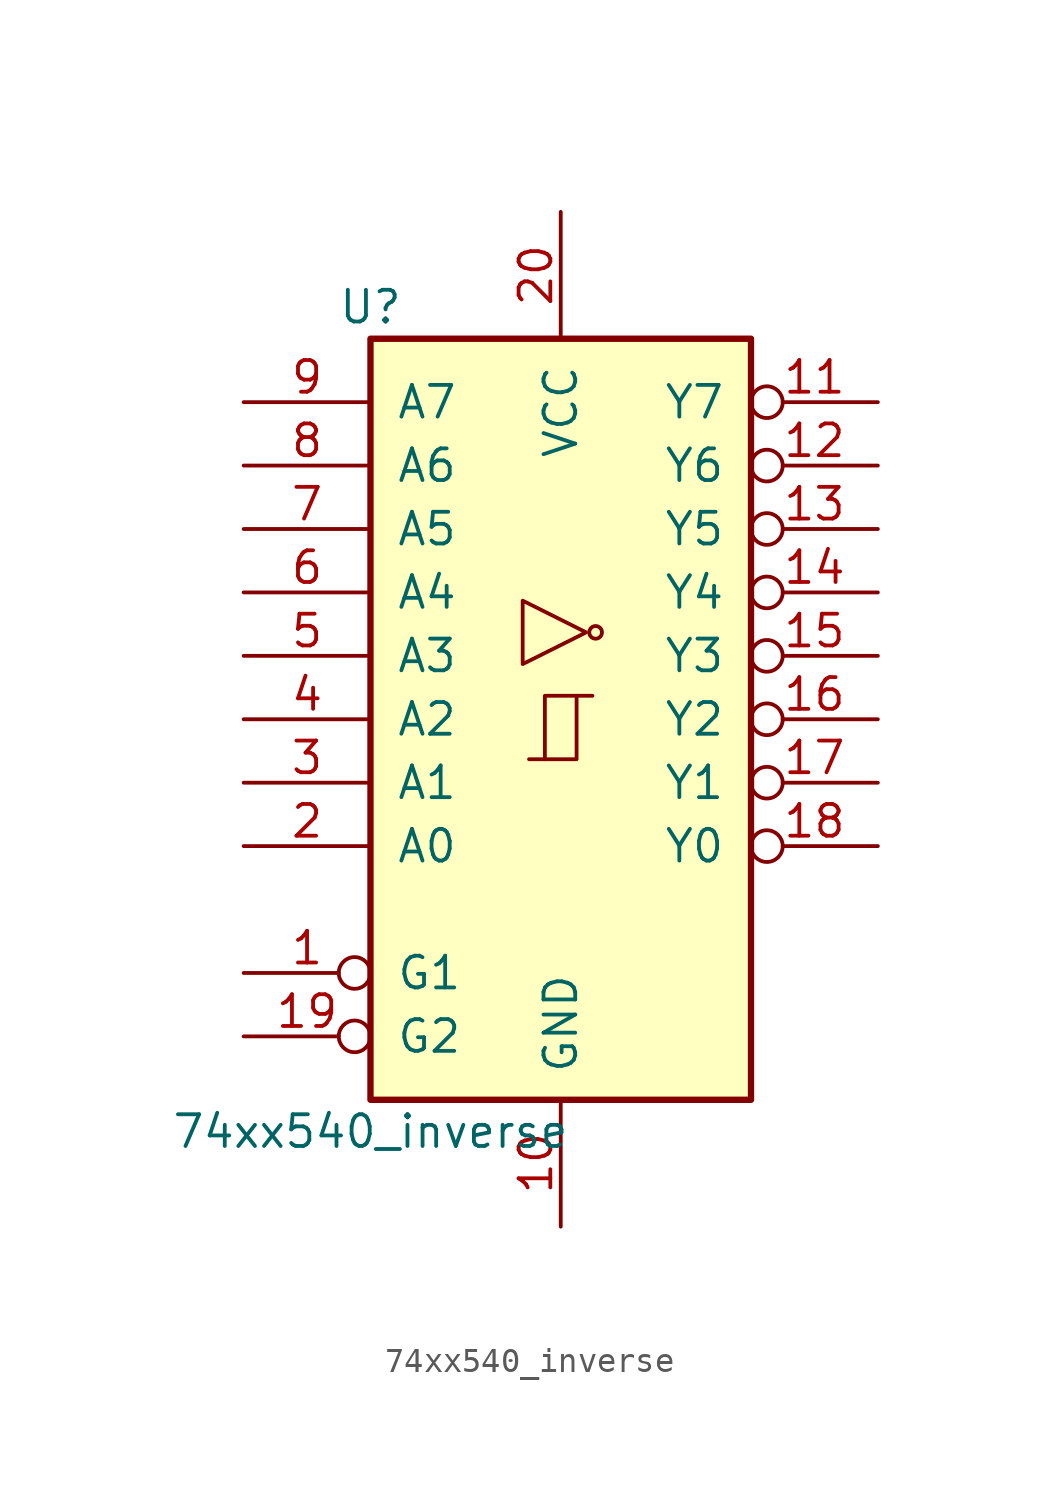
<source format=kicad_sym>
(kicad_symbol_lib
  (version 20231120)
  (generator "kicad_symbol_editor")
  (generator_version "8.0")
  (symbol "74xx540_inverse"
    (pin_names
      (offset 1.016))
    (property "Reference" "U"
      (at -7.62 16.51 0)
      (effects (font (size 1.27 1.27))))
    (property "Value" "74xx540_inverse"
      (at -7.62 -16.51 0)
      (effects (font (size 1.27 1.27))))
    (property "ki_locked" ""
      (at 0 0 0)
      (effects (font (size 1.27 1.27))))
    (symbol "74xx540_inverse_1_0"
      (polyline (pts (xy -0.635 -1.6) (xy -0.635 0.94) (xy 0.635 0.94)) (stroke (width 0) (type default)) (fill (type none)))
      (polyline (pts (xy -1.27 -1.6) (xy 0.635 -1.6) (xy 0.635 0.94) (xy 1.27 0.94)) (stroke (width 0) (type default)) (fill (type none)))
      (polyline (pts (xy 1.016 3.48) (xy -1.524 4.75) (xy -1.524 2.21) (xy 1.016 3.48)) (stroke (width 0.152) (type default)) (fill (type none)))
      (circle (center 1.397 3.48) (radius 0.254) (stroke (width 0.152) (type default)) (fill (type none)))
      (pin input inverted (at -12.7 -10.16 0) (length 5.08) (name "G1" (effects (font (size 1.27 1.27)))) (number "1" (effects (font (size 1.27 1.27)))))
      (pin power_in line (at 0 -20.32 90) (length 5.08) (name "GND" (effects (font (size 1.27 1.27)))) (number "10" (effects (font (size 1.27 1.27)))))
      (pin tri_state inverted (at 12.7 12.7 180) (length 5.08) (name "Y7" (effects (font (size 1.27 1.27)))) (number "11" (effects (font (size 1.27 1.27)))))
      (pin tri_state inverted (at 12.7 10.16 180) (length 5.08) (name "Y6" (effects (font (size 1.27 1.27)))) (number "12" (effects (font (size 1.27 1.27)))))
      (pin tri_state inverted (at 12.7 7.62 180) (length 5.08) (name "Y5" (effects (font (size 1.27 1.27)))) (number "13" (effects (font (size 1.27 1.27)))))
      (pin tri_state inverted (at 12.7 5.08 180) (length 5.08) (name "Y4" (effects (font (size 1.27 1.27)))) (number "14" (effects (font (size 1.27 1.27)))))
      (pin tri_state inverted (at 12.7 2.54 180) (length 5.08) (name "Y3" (effects (font (size 1.27 1.27)))) (number "15" (effects (font (size 1.27 1.27)))))
      (pin tri_state inverted (at 12.7 0 180) (length 5.08) (name "Y2" (effects (font (size 1.27 1.27)))) (number "16" (effects (font (size 1.27 1.27)))))
      (pin tri_state inverted (at 12.7 -2.54 180) (length 5.08) (name "Y1" (effects (font (size 1.27 1.27)))) (number "17" (effects (font (size 1.27 1.27)))))
      (pin tri_state inverted (at 12.7 -5.08 180) (length 5.08) (name "Y0" (effects (font (size 1.27 1.27)))) (number "18" (effects (font (size 1.27 1.27)))))
      (pin input inverted (at -12.7 -12.7 0) (length 5.08) (name "G2" (effects (font (size 1.27 1.27)))) (number "19" (effects (font (size 1.27 1.27)))))
      (pin input line (at -12.7 -5.08 0) (length 5.08) (name "A0" (effects (font (size 1.27 1.27)))) (number "2" (effects (font (size 1.27 1.27)))))
      (pin power_in line (at 0 20.32 270) (length 5.08) (name "VCC" (effects (font (size 1.27 1.27)))) (number "20" (effects (font (size 1.27 1.27)))))
      (pin input line (at -12.7 -2.54 0) (length 5.08) (name "A1" (effects (font (size 1.27 1.27)))) (number "3" (effects (font (size 1.27 1.27)))))
      (pin input line (at -12.7 0 0) (length 5.08) (name "A2" (effects (font (size 1.27 1.27)))) (number "4" (effects (font (size 1.27 1.27)))))
      (pin input line (at -12.7 2.54 0) (length 5.08) (name "A3" (effects (font (size 1.27 1.27)))) (number "5" (effects (font (size 1.27 1.27)))))
      (pin input line (at -12.7 5.08 0) (length 5.08) (name "A4" (effects (font (size 1.27 1.27)))) (number "6" (effects (font (size 1.27 1.27)))))
      (pin input line (at -12.7 7.62 0) (length 5.08) (name "A5" (effects (font (size 1.27 1.27)))) (number "7" (effects (font (size 1.27 1.27)))))
      (pin input line (at -12.7 10.16 0) (length 5.08) (name "A6" (effects (font (size 1.27 1.27)))) (number "8" (effects (font (size 1.27 1.27)))))
      (pin input line (at -12.7 12.7 0) (length 5.08) (name "A7" (effects (font (size 1.27 1.27)))) (number "9" (effects (font (size 1.27 1.27))))))
    (symbol "74xx540_inverse_1_1"
      (rectangle (start -7.62 15.24) (end 7.62 -15.24) (stroke (width 0.254) (type default)) (fill (type background))))))
</source>
